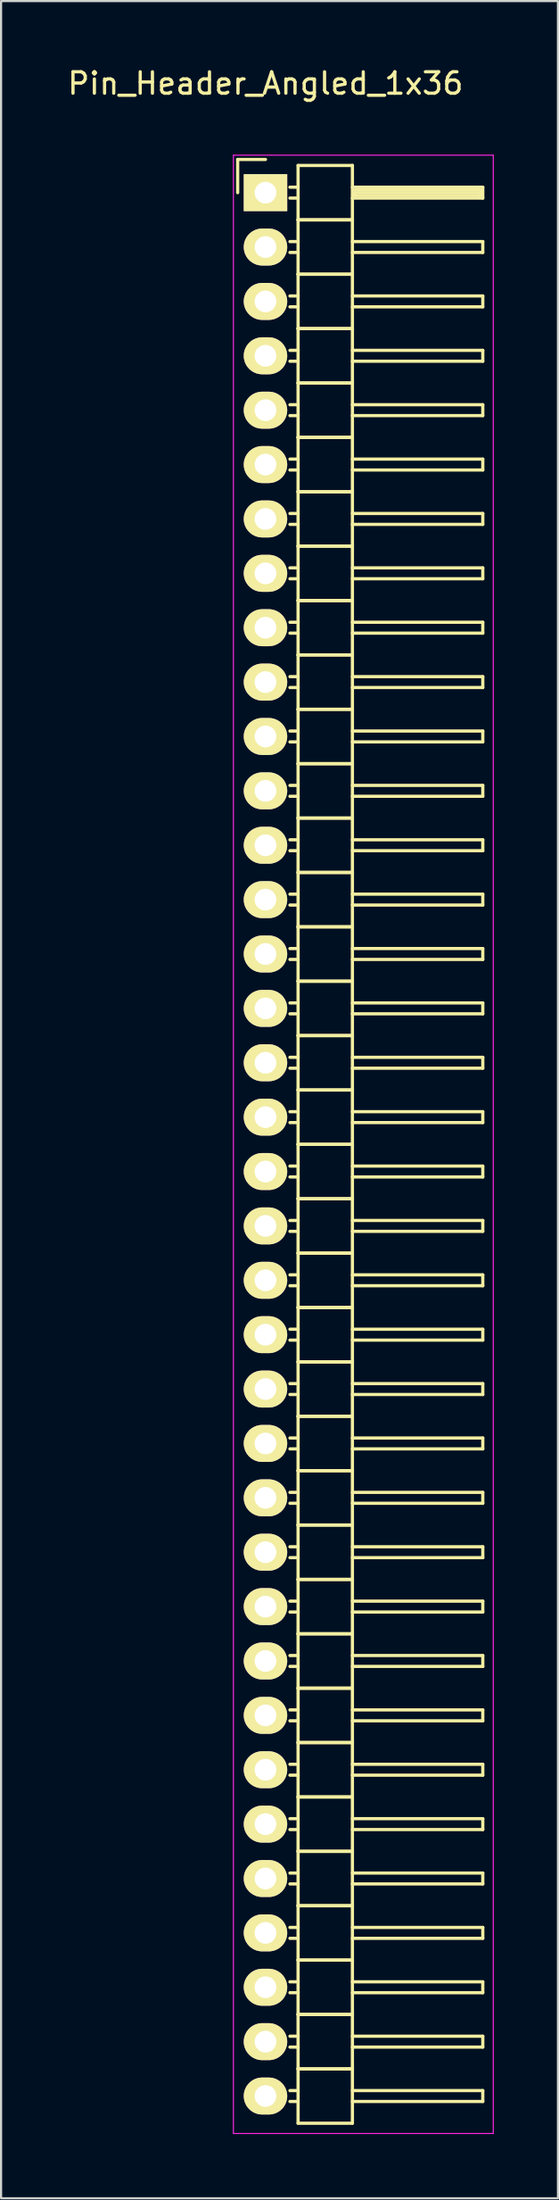
<source format=kicad_pcb>
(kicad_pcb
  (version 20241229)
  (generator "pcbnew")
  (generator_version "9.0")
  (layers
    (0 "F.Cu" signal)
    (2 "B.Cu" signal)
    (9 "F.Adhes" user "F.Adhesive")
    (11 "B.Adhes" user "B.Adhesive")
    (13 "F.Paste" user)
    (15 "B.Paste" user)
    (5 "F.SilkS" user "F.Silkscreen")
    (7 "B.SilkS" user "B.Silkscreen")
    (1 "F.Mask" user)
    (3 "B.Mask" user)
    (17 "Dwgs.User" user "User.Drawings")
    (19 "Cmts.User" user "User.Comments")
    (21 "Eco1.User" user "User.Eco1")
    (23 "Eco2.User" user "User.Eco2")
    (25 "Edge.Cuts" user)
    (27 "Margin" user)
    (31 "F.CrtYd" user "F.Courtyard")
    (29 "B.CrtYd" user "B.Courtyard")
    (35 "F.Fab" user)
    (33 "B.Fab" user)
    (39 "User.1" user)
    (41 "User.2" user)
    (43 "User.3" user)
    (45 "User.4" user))
  (footprint "Pin_Header_Angled_1x36"
    (layer "F.Cu")
    (at 9.363 5.948)
    (property "Reference" "Pin_Header_Angled_1x36" (at 0 -5.1 0) (layer "F.SilkS") (effects (font (size 1 1) (thickness 0.15))))
    (attr through_hole)
    (fp_line (start -1.3 -1.55) (end -1.3 0) (stroke (width 0.15) (type solid)) (layer "F.SilkS"))
    (fp_line (start 0 -1.55) (end -1.3 -1.55) (stroke (width 0.15) (type solid)) (layer "F.SilkS"))
    (fp_line (start 1.524 -1.27) (end 1.524 1.27) (stroke (width 0.15) (type solid)) (layer "F.SilkS"))
    (fp_line (start 1.524 -1.27) (end 4.064 -1.27) (stroke (width 0.15) (type solid)) (layer "F.SilkS"))
    (fp_line (start 1.524 -0.254) (end 1.143 -0.254) (stroke (width 0.15) (type solid)) (layer "F.SilkS"))
    (fp_line (start 1.524 0.254) (end 1.143 0.254) (stroke (width 0.15) (type solid)) (layer "F.SilkS"))
    (fp_line (start 1.524 1.27) (end 1.524 3.81) (stroke (width 0.15) (type solid)) (layer "F.SilkS"))
    (fp_line (start 1.524 1.27) (end 4.064 1.27) (stroke (width 0.15) (type solid)) (layer "F.SilkS"))
    (fp_line (start 1.524 1.27) (end 4.064 1.27) (stroke (width 0.15) (type solid)) (layer "F.SilkS"))
    (fp_line (start 1.524 2.286) (end 1.143 2.286) (stroke (width 0.15) (type solid)) (layer "F.SilkS"))
    (fp_line (start 1.524 2.794) (end 1.143 2.794) (stroke (width 0.15) (type solid)) (layer "F.SilkS"))
    (fp_line (start 1.524 3.81) (end 1.524 6.35) (stroke (width 0.15) (type solid)) (layer "F.SilkS"))
    (fp_line (start 1.524 3.81) (end 4.064 3.81) (stroke (width 0.15) (type solid)) (layer "F.SilkS"))
    (fp_line (start 1.524 3.81) (end 4.064 3.81) (stroke (width 0.15) (type solid)) (layer "F.SilkS"))
    (fp_line (start 1.524 4.826) (end 1.143 4.826) (stroke (width 0.15) (type solid)) (layer "F.SilkS"))
    (fp_line (start 1.524 5.334) (end 1.143 5.334) (stroke (width 0.15) (type solid)) (layer "F.SilkS"))
    (fp_line (start 1.524 6.35) (end 1.524 8.89) (stroke (width 0.15) (type solid)) (layer "F.SilkS"))
    (fp_line (start 1.524 6.35) (end 4.064 6.35) (stroke (width 0.15) (type solid)) (layer "F.SilkS"))
    (fp_line (start 1.524 6.35) (end 4.064 6.35) (stroke (width 0.15) (type solid)) (layer "F.SilkS"))
    (fp_line (start 1.524 7.366) (end 1.143 7.366) (stroke (width 0.15) (type solid)) (layer "F.SilkS"))
    (fp_line (start 1.524 7.874) (end 1.143 7.874) (stroke (width 0.15) (type solid)) (layer "F.SilkS"))
    (fp_line (start 1.524 8.89) (end 1.524 11.43) (stroke (width 0.15) (type solid)) (layer "F.SilkS"))
    (fp_line (start 1.524 8.89) (end 4.064 8.89) (stroke (width 0.15) (type solid)) (layer "F.SilkS"))
    (fp_line (start 1.524 8.89) (end 4.064 8.89) (stroke (width 0.15) (type solid)) (layer "F.SilkS"))
    (fp_line (start 1.524 9.906) (end 1.143 9.906) (stroke (width 0.15) (type solid)) (layer "F.SilkS"))
    (fp_line (start 1.524 10.414) (end 1.143 10.414) (stroke (width 0.15) (type solid)) (layer "F.SilkS"))
    (fp_line (start 1.524 11.43) (end 1.524 13.97) (stroke (width 0.15) (type solid)) (layer "F.SilkS"))
    (fp_line (start 1.524 11.43) (end 4.064 11.43) (stroke (width 0.15) (type solid)) (layer "F.SilkS"))
    (fp_line (start 1.524 11.43) (end 4.064 11.43) (stroke (width 0.15) (type solid)) (layer "F.SilkS"))
    (fp_line (start 1.524 12.446) (end 1.143 12.446) (stroke (width 0.15) (type solid)) (layer "F.SilkS"))
    (fp_line (start 1.524 12.954) (end 1.143 12.954) (stroke (width 0.15) (type solid)) (layer "F.SilkS"))
    (fp_line (start 1.524 13.97) (end 1.524 16.51) (stroke (width 0.15) (type solid)) (layer "F.SilkS"))
    (fp_line (start 1.524 13.97) (end 4.064 13.97) (stroke (width 0.15) (type solid)) (layer "F.SilkS"))
    (fp_line (start 1.524 13.97) (end 4.064 13.97) (stroke (width 0.15) (type solid)) (layer "F.SilkS"))
    (fp_line (start 1.524 14.986) (end 1.143 14.986) (stroke (width 0.15) (type solid)) (layer "F.SilkS"))
    (fp_line (start 1.524 15.494) (end 1.143 15.494) (stroke (width 0.15) (type solid)) (layer "F.SilkS"))
    (fp_line (start 1.524 16.51) (end 1.524 19.05) (stroke (width 0.15) (type solid)) (layer "F.SilkS"))
    (fp_line (start 1.524 16.51) (end 4.064 16.51) (stroke (width 0.15) (type solid)) (layer "F.SilkS"))
    (fp_line (start 1.524 16.51) (end 4.064 16.51) (stroke (width 0.15) (type solid)) (layer "F.SilkS"))
    (fp_line (start 1.524 17.526) (end 1.143 17.526) (stroke (width 0.15) (type solid)) (layer "F.SilkS"))
    (fp_line (start 1.524 18.034) (end 1.143 18.034) (stroke (width 0.15) (type solid)) (layer "F.SilkS"))
    (fp_line (start 1.524 19.05) (end 1.524 21.59) (stroke (width 0.15) (type solid)) (layer "F.SilkS"))
    (fp_line (start 1.524 19.05) (end 4.064 19.05) (stroke (width 0.15) (type solid)) (layer "F.SilkS"))
    (fp_line (start 1.524 19.05) (end 4.064 19.05) (stroke (width 0.15) (type solid)) (layer "F.SilkS"))
    (fp_line (start 1.524 20.066) (end 1.143 20.066) (stroke (width 0.15) (type solid)) (layer "F.SilkS"))
    (fp_line (start 1.524 20.574) (end 1.143 20.574) (stroke (width 0.15) (type solid)) (layer "F.SilkS"))
    (fp_line (start 1.524 21.59) (end 1.524 24.13) (stroke (width 0.15) (type solid)) (layer "F.SilkS"))
    (fp_line (start 1.524 21.59) (end 4.064 21.59) (stroke (width 0.15) (type solid)) (layer "F.SilkS"))
    (fp_line (start 1.524 21.59) (end 4.064 21.59) (stroke (width 0.15) (type solid)) (layer "F.SilkS"))
    (fp_line (start 1.524 22.606) (end 1.143 22.606) (stroke (width 0.15) (type solid)) (layer "F.SilkS"))
    (fp_line (start 1.524 23.114) (end 1.143 23.114) (stroke (width 0.15) (type solid)) (layer "F.SilkS"))
    (fp_line (start 1.524 24.13) (end 1.524 26.67) (stroke (width 0.15) (type solid)) (layer "F.SilkS"))
    (fp_line (start 1.524 24.13) (end 4.064 24.13) (stroke (width 0.15) (type solid)) (layer "F.SilkS"))
    (fp_line (start 1.524 24.13) (end 4.064 24.13) (stroke (width 0.15) (type solid)) (layer "F.SilkS"))
    (fp_line (start 1.524 25.146) (end 1.143 25.146) (stroke (width 0.15) (type solid)) (layer "F.SilkS"))
    (fp_line (start 1.524 25.654) (end 1.143 25.654) (stroke (width 0.15) (type solid)) (layer "F.SilkS"))
    (fp_line (start 1.524 26.67) (end 1.524 29.21) (stroke (width 0.15) (type solid)) (layer "F.SilkS"))
    (fp_line (start 1.524 26.67) (end 4.064 26.67) (stroke (width 0.15) (type solid)) (layer "F.SilkS"))
    (fp_line (start 1.524 26.67) (end 4.064 26.67) (stroke (width 0.15) (type solid)) (layer "F.SilkS"))
    (fp_line (start 1.524 27.686) (end 1.143 27.686) (stroke (width 0.15) (type solid)) (layer "F.SilkS"))
    (fp_line (start 1.524 28.194) (end 1.143 28.194) (stroke (width 0.15) (type solid)) (layer "F.SilkS"))
    (fp_line (start 1.524 29.21) (end 1.524 31.75) (stroke (width 0.15) (type solid)) (layer "F.SilkS"))
    (fp_line (start 1.524 29.21) (end 4.064 29.21) (stroke (width 0.15) (type solid)) (layer "F.SilkS"))
    (fp_line (start 1.524 29.21) (end 4.064 29.21) (stroke (width 0.15) (type solid)) (layer "F.SilkS"))
    (fp_line (start 1.524 30.226) (end 1.143 30.226) (stroke (width 0.15) (type solid)) (layer "F.SilkS"))
    (fp_line (start 1.524 30.734) (end 1.143 30.734) (stroke (width 0.15) (type solid)) (layer "F.SilkS"))
    (fp_line (start 1.524 31.75) (end 1.524 34.29) (stroke (width 0.15) (type solid)) (layer "F.SilkS"))
    (fp_line (start 1.524 31.75) (end 4.064 31.75) (stroke (width 0.15) (type solid)) (layer "F.SilkS"))
    (fp_line (start 1.524 31.75) (end 4.064 31.75) (stroke (width 0.15) (type solid)) (layer "F.SilkS"))
    (fp_line (start 1.524 32.766) (end 1.143 32.766) (stroke (width 0.15) (type solid)) (layer "F.SilkS"))
    (fp_line (start 1.524 33.274) (end 1.143 33.274) (stroke (width 0.15) (type solid)) (layer "F.SilkS"))
    (fp_line (start 1.524 34.29) (end 1.524 36.83) (stroke (width 0.15) (type solid)) (layer "F.SilkS"))
    (fp_line (start 1.524 34.29) (end 4.064 34.29) (stroke (width 0.15) (type solid)) (layer "F.SilkS"))
    (fp_line (start 1.524 34.29) (end 4.064 34.29) (stroke (width 0.15) (type solid)) (layer "F.SilkS"))
    (fp_line (start 1.524 35.306) (end 1.143 35.306) (stroke (width 0.15) (type solid)) (layer "F.SilkS"))
    (fp_line (start 1.524 35.814) (end 1.143 35.814) (stroke (width 0.15) (type solid)) (layer "F.SilkS"))
    (fp_line (start 1.524 36.83) (end 1.524 39.37) (stroke (width 0.15) (type solid)) (layer "F.SilkS"))
    (fp_line (start 1.524 36.83) (end 4.064 36.83) (stroke (width 0.15) (type solid)) (layer "F.SilkS"))
    (fp_line (start 1.524 36.83) (end 4.064 36.83) (stroke (width 0.15) (type solid)) (layer "F.SilkS"))
    (fp_line (start 1.524 37.846) (end 1.143 37.846) (stroke (width 0.15) (type solid)) (layer "F.SilkS"))
    (fp_line (start 1.524 38.354) (end 1.143 38.354) (stroke (width 0.15) (type solid)) (layer "F.SilkS"))
    (fp_line (start 1.524 39.37) (end 1.524 41.91) (stroke (width 0.15) (type solid)) (layer "F.SilkS"))
    (fp_line (start 1.524 39.37) (end 4.064 39.37) (stroke (width 0.15) (type solid)) (layer "F.SilkS"))
    (fp_line (start 1.524 39.37) (end 4.064 39.37) (stroke (width 0.15) (type solid)) (layer "F.SilkS"))
    (fp_line (start 1.524 40.386) (end 1.143 40.386) (stroke (width 0.15) (type solid)) (layer "F.SilkS"))
    (fp_line (start 1.524 40.894) (end 1.143 40.894) (stroke (width 0.15) (type solid)) (layer "F.SilkS"))
    (fp_line (start 1.524 41.91) (end 1.524 44.45) (stroke (width 0.15) (type solid)) (layer "F.SilkS"))
    (fp_line (start 1.524 41.91) (end 4.064 41.91) (stroke (width 0.15) (type solid)) (layer "F.SilkS"))
    (fp_line (start 1.524 41.91) (end 4.064 41.91) (stroke (width 0.15) (type solid)) (layer "F.SilkS"))
    (fp_line (start 1.524 42.926) (end 1.143 42.926) (stroke (width 0.15) (type solid)) (layer "F.SilkS"))
    (fp_line (start 1.524 43.434) (end 1.143 43.434) (stroke (width 0.15) (type solid)) (layer "F.SilkS"))
    (fp_line (start 1.524 44.45) (end 1.524 46.99) (stroke (width 0.15) (type solid)) (layer "F.SilkS"))
    (fp_line (start 1.524 44.45) (end 4.064 44.45) (stroke (width 0.15) (type solid)) (layer "F.SilkS"))
    (fp_line (start 1.524 44.45) (end 4.064 44.45) (stroke (width 0.15) (type solid)) (layer "F.SilkS"))
    (fp_line (start 1.524 45.466) (end 1.143 45.466) (stroke (width 0.15) (type solid)) (layer "F.SilkS"))
    (fp_line (start 1.524 45.974) (end 1.143 45.974) (stroke (width 0.15) (type solid)) (layer "F.SilkS"))
    (fp_line (start 1.524 46.99) (end 1.524 49.53) (stroke (width 0.15) (type solid)) (layer "F.SilkS"))
    (fp_line (start 1.524 46.99) (end 4.064 46.99) (stroke (width 0.15) (type solid)) (layer "F.SilkS"))
    (fp_line (start 1.524 46.99) (end 4.064 46.99) (stroke (width 0.15) (type solid)) (layer "F.SilkS"))
    (fp_line (start 1.524 48.006) (end 1.143 48.006) (stroke (width 0.15) (type solid)) (layer "F.SilkS"))
    (fp_line (start 1.524 48.514) (end 1.143 48.514) (stroke (width 0.15) (type solid)) (layer "F.SilkS"))
    (fp_line (start 1.524 49.53) (end 1.524 52.07) (stroke (width 0.15) (type solid)) (layer "F.SilkS"))
    (fp_line (start 1.524 49.53) (end 4.064 49.53) (stroke (width 0.15) (type solid)) (layer "F.SilkS"))
    (fp_line (start 1.524 49.53) (end 4.064 49.53) (stroke (width 0.15) (type solid)) (layer "F.SilkS"))
    (fp_line (start 1.524 50.546) (end 1.143 50.546) (stroke (width 0.15) (type solid)) (layer "F.SilkS"))
    (fp_line (start 1.524 51.054) (end 1.143 51.054) (stroke (width 0.15) (type solid)) (layer "F.SilkS"))
    (fp_line (start 1.524 52.07) (end 1.524 54.61) (stroke (width 0.15) (type solid)) (layer "F.SilkS"))
    (fp_line (start 1.524 52.07) (end 4.064 52.07) (stroke (width 0.15) (type solid)) (layer "F.SilkS"))
    (fp_line (start 1.524 52.07) (end 4.064 52.07) (stroke (width 0.15) (type solid)) (layer "F.SilkS"))
    (fp_line (start 1.524 53.086) (end 1.143 53.086) (stroke (width 0.15) (type solid)) (layer "F.SilkS"))
    (fp_line (start 1.524 53.594) (end 1.143 53.594) (stroke (width 0.15) (type solid)) (layer "F.SilkS"))
    (fp_line (start 1.524 54.61) (end 1.524 57.15) (stroke (width 0.15) (type solid)) (layer "F.SilkS"))
    (fp_line (start 1.524 54.61) (end 4.064 54.61) (stroke (width 0.15) (type solid)) (layer "F.SilkS"))
    (fp_line (start 1.524 54.61) (end 4.064 54.61) (stroke (width 0.15) (type solid)) (layer "F.SilkS"))
    (fp_line (start 1.524 55.626) (end 1.143 55.626) (stroke (width 0.15) (type solid)) (layer "F.SilkS"))
    (fp_line (start 1.524 56.134) (end 1.143 56.134) (stroke (width 0.15) (type solid)) (layer "F.SilkS"))
    (fp_line (start 1.524 57.15) (end 1.524 59.69) (stroke (width 0.15) (type solid)) (layer "F.SilkS"))
    (fp_line (start 1.524 57.15) (end 4.064 57.15) (stroke (width 0.15) (type solid)) (layer "F.SilkS"))
    (fp_line (start 1.524 57.15) (end 4.064 57.15) (stroke (width 0.15) (type solid)) (layer "F.SilkS"))
    (fp_line (start 1.524 58.166) (end 1.143 58.166) (stroke (width 0.15) (type solid)) (layer "F.SilkS"))
    (fp_line (start 1.524 58.674) (end 1.143 58.674) (stroke (width 0.15) (type solid)) (layer "F.SilkS"))
    (fp_line (start 1.524 59.69) (end 1.524 62.23) (stroke (width 0.15) (type solid)) (layer "F.SilkS"))
    (fp_line (start 1.524 59.69) (end 4.064 59.69) (stroke (width 0.15) (type solid)) (layer "F.SilkS"))
    (fp_line (start 1.524 59.69) (end 4.064 59.69) (stroke (width 0.15) (type solid)) (layer "F.SilkS"))
    (fp_line (start 1.524 60.706) (end 1.143 60.706) (stroke (width 0.15) (type solid)) (layer "F.SilkS"))
    (fp_line (start 1.524 61.214) (end 1.143 61.214) (stroke (width 0.15) (type solid)) (layer "F.SilkS"))
    (fp_line (start 1.524 62.23) (end 1.524 64.77) (stroke (width 0.15) (type solid)) (layer "F.SilkS"))
    (fp_line (start 1.524 62.23) (end 4.064 62.23) (stroke (width 0.15) (type solid)) (layer "F.SilkS"))
    (fp_line (start 1.524 62.23) (end 4.064 62.23) (stroke (width 0.15) (type solid)) (layer "F.SilkS"))
    (fp_line (start 1.524 63.246) (end 1.143 63.246) (stroke (width 0.15) (type solid)) (layer "F.SilkS"))
    (fp_line (start 1.524 63.754) (end 1.143 63.754) (stroke (width 0.15) (type solid)) (layer "F.SilkS"))
    (fp_line (start 1.524 64.77) (end 1.524 67.31) (stroke (width 0.15) (type solid)) (layer "F.SilkS"))
    (fp_line (start 1.524 64.77) (end 4.064 64.77) (stroke (width 0.15) (type solid)) (layer "F.SilkS"))
    (fp_line (start 1.524 64.77) (end 4.064 64.77) (stroke (width 0.15) (type solid)) (layer "F.SilkS"))
    (fp_line (start 1.524 65.786) (end 1.143 65.786) (stroke (width 0.15) (type solid)) (layer "F.SilkS"))
    (fp_line (start 1.524 66.294) (end 1.143 66.294) (stroke (width 0.15) (type solid)) (layer "F.SilkS"))
    (fp_line (start 1.524 67.31) (end 1.524 69.85) (stroke (width 0.15) (type solid)) (layer "F.SilkS"))
    (fp_line (start 1.524 67.31) (end 4.064 67.31) (stroke (width 0.15) (type solid)) (layer "F.SilkS"))
    (fp_line (start 1.524 67.31) (end 4.064 67.31) (stroke (width 0.15) (type solid)) (layer "F.SilkS"))
    (fp_line (start 1.524 68.326) (end 1.143 68.326) (stroke (width 0.15) (type solid)) (layer "F.SilkS"))
    (fp_line (start 1.524 68.834) (end 1.143 68.834) (stroke (width 0.15) (type solid)) (layer "F.SilkS"))
    (fp_line (start 1.524 69.85) (end 1.524 72.39) (stroke (width 0.15) (type solid)) (layer "F.SilkS"))
    (fp_line (start 1.524 69.85) (end 4.064 69.85) (stroke (width 0.15) (type solid)) (layer "F.SilkS"))
    (fp_line (start 1.524 69.85) (end 4.064 69.85) (stroke (width 0.15) (type solid)) (layer "F.SilkS"))
    (fp_line (start 1.524 70.866) (end 1.143 70.866) (stroke (width 0.15) (type solid)) (layer "F.SilkS"))
    (fp_line (start 1.524 71.374) (end 1.143 71.374) (stroke (width 0.15) (type solid)) (layer "F.SilkS"))
    (fp_line (start 1.524 72.39) (end 1.524 74.93) (stroke (width 0.15) (type solid)) (layer "F.SilkS"))
    (fp_line (start 1.524 72.39) (end 4.064 72.39) (stroke (width 0.15) (type solid)) (layer "F.SilkS"))
    (fp_line (start 1.524 72.39) (end 4.064 72.39) (stroke (width 0.15) (type solid)) (layer "F.SilkS"))
    (fp_line (start 1.524 73.406) (end 1.143 73.406) (stroke (width 0.15) (type solid)) (layer "F.SilkS"))
    (fp_line (start 1.524 73.914) (end 1.143 73.914) (stroke (width 0.15) (type solid)) (layer "F.SilkS"))
    (fp_line (start 1.524 74.93) (end 1.524 77.47) (stroke (width 0.15) (type solid)) (layer "F.SilkS"))
    (fp_line (start 1.524 74.93) (end 4.064 74.93) (stroke (width 0.15) (type solid)) (layer "F.SilkS"))
    (fp_line (start 1.524 74.93) (end 4.064 74.93) (stroke (width 0.15) (type solid)) (layer "F.SilkS"))
    (fp_line (start 1.524 75.946) (end 1.143 75.946) (stroke (width 0.15) (type solid)) (layer "F.SilkS"))
    (fp_line (start 1.524 76.454) (end 1.143 76.454) (stroke (width 0.15) (type solid)) (layer "F.SilkS"))
    (fp_line (start 1.524 77.47) (end 1.524 80.01) (stroke (width 0.15) (type solid)) (layer "F.SilkS"))
    (fp_line (start 1.524 77.47) (end 4.064 77.47) (stroke (width 0.15) (type solid)) (layer "F.SilkS"))
    (fp_line (start 1.524 77.47) (end 4.064 77.47) (stroke (width 0.15) (type solid)) (layer "F.SilkS"))
    (fp_line (start 1.524 78.486) (end 1.143 78.486) (stroke (width 0.15) (type solid)) (layer "F.SilkS"))
    (fp_line (start 1.524 78.994) (end 1.143 78.994) (stroke (width 0.15) (type solid)) (layer "F.SilkS"))
    (fp_line (start 1.524 80.01) (end 1.524 82.55) (stroke (width 0.15) (type solid)) (layer "F.SilkS"))
    (fp_line (start 1.524 80.01) (end 4.064 80.01) (stroke (width 0.15) (type solid)) (layer "F.SilkS"))
    (fp_line (start 1.524 80.01) (end 4.064 80.01) (stroke (width 0.15) (type solid)) (layer "F.SilkS"))
    (fp_line (start 1.524 81.026) (end 1.143 81.026) (stroke (width 0.15) (type solid)) (layer "F.SilkS"))
    (fp_line (start 1.524 81.534) (end 1.143 81.534) (stroke (width 0.15) (type solid)) (layer "F.SilkS"))
    (fp_line (start 1.524 82.55) (end 1.524 85.09) (stroke (width 0.15) (type solid)) (layer "F.SilkS"))
    (fp_line (start 1.524 82.55) (end 4.064 82.55) (stroke (width 0.15) (type solid)) (layer "F.SilkS"))
    (fp_line (start 1.524 82.55) (end 4.064 82.55) (stroke (width 0.15) (type solid)) (layer "F.SilkS"))
    (fp_line (start 1.524 83.566) (end 1.143 83.566) (stroke (width 0.15) (type solid)) (layer "F.SilkS"))
    (fp_line (start 1.524 84.074) (end 1.143 84.074) (stroke (width 0.15) (type solid)) (layer "F.SilkS"))
    (fp_line (start 1.524 85.09) (end 1.524 87.63) (stroke (width 0.15) (type solid)) (layer "F.SilkS"))
    (fp_line (start 1.524 85.09) (end 4.064 85.09) (stroke (width 0.15) (type solid)) (layer "F.SilkS"))
    (fp_line (start 1.524 85.09) (end 4.064 85.09) (stroke (width 0.15) (type solid)) (layer "F.SilkS"))
    (fp_line (start 1.524 86.106) (end 1.143 86.106) (stroke (width 0.15) (type solid)) (layer "F.SilkS"))
    (fp_line (start 1.524 86.614) (end 1.143 86.614) (stroke (width 0.15) (type solid)) (layer "F.SilkS"))
    (fp_line (start 1.524 87.63) (end 1.524 90.17) (stroke (width 0.15) (type solid)) (layer "F.SilkS"))
    (fp_line (start 1.524 87.63) (end 4.064 87.63) (stroke (width 0.15) (type solid)) (layer "F.SilkS"))
    (fp_line (start 1.524 87.63) (end 4.064 87.63) (stroke (width 0.15) (type solid)) (layer "F.SilkS"))
    (fp_line (start 1.524 88.646) (end 1.143 88.646) (stroke (width 0.15) (type solid)) (layer "F.SilkS"))
    (fp_line (start 1.524 89.154) (end 1.143 89.154) (stroke (width 0.15) (type solid)) (layer "F.SilkS"))
    (fp_line (start 1.524 90.17) (end 4.064 90.17) (stroke (width 0.15) (type solid)) (layer "F.SilkS"))
    (fp_line (start 4.064 -0.254) (end 10.16 -0.254) (stroke (width 0.15) (type solid)) (layer "F.SilkS"))
    (fp_line (start 4.064 1.27) (end 4.064 -1.27) (stroke (width 0.15) (type solid)) (layer "F.SilkS"))
    (fp_line (start 4.064 2.286) (end 10.16 2.286) (stroke (width 0.15) (type solid)) (layer "F.SilkS"))
    (fp_line (start 4.064 3.81) (end 4.064 1.27) (stroke (width 0.15) (type solid)) (layer "F.SilkS"))
    (fp_line (start 4.064 4.826) (end 10.16 4.826) (stroke (width 0.15) (type solid)) (layer "F.SilkS"))
    (fp_line (start 4.064 6.35) (end 4.064 3.81) (stroke (width 0.15) (type solid)) (layer "F.SilkS"))
    (fp_line (start 4.064 7.366) (end 10.16 7.366) (stroke (width 0.15) (type solid)) (layer "F.SilkS"))
    (fp_line (start 4.064 8.89) (end 4.064 6.35) (stroke (width 0.15) (type solid)) (layer "F.SilkS"))
    (fp_line (start 4.064 9.906) (end 10.16 9.906) (stroke (width 0.15) (type solid)) (layer "F.SilkS"))
    (fp_line (start 4.064 11.43) (end 4.064 8.89) (stroke (width 0.15) (type solid)) (layer "F.SilkS"))
    (fp_line (start 4.064 12.446) (end 10.16 12.446) (stroke (width 0.15) (type solid)) (layer "F.SilkS"))
    (fp_line (start 4.064 13.97) (end 4.064 11.43) (stroke (width 0.15) (type solid)) (layer "F.SilkS"))
    (fp_line (start 4.064 14.986) (end 10.16 14.986) (stroke (width 0.15) (type solid)) (layer "F.SilkS"))
    (fp_line (start 4.064 16.51) (end 4.064 13.97) (stroke (width 0.15) (type solid)) (layer "F.SilkS"))
    (fp_line (start 4.064 17.526) (end 10.16 17.526) (stroke (width 0.15) (type solid)) (layer "F.SilkS"))
    (fp_line (start 4.064 19.05) (end 4.064 16.51) (stroke (width 0.15) (type solid)) (layer "F.SilkS"))
    (fp_line (start 4.064 20.066) (end 10.16 20.066) (stroke (width 0.15) (type solid)) (layer "F.SilkS"))
    (fp_line (start 4.064 21.59) (end 4.064 19.05) (stroke (width 0.15) (type solid)) (layer "F.SilkS"))
    (fp_line (start 4.064 22.606) (end 10.16 22.606) (stroke (width 0.15) (type solid)) (layer "F.SilkS"))
    (fp_line (start 4.064 24.13) (end 4.064 21.59) (stroke (width 0.15) (type solid)) (layer "F.SilkS"))
    (fp_line (start 4.064 25.146) (end 10.16 25.146) (stroke (width 0.15) (type solid)) (layer "F.SilkS"))
    (fp_line (start 4.064 26.67) (end 4.064 24.13) (stroke (width 0.15) (type solid)) (layer "F.SilkS"))
    (fp_line (start 4.064 27.686) (end 10.16 27.686) (stroke (width 0.15) (type solid)) (layer "F.SilkS"))
    (fp_line (start 4.064 29.21) (end 4.064 26.67) (stroke (width 0.15) (type solid)) (layer "F.SilkS"))
    (fp_line (start 4.064 30.226) (end 10.16 30.226) (stroke (width 0.15) (type solid)) (layer "F.SilkS"))
    (fp_line (start 4.064 31.75) (end 4.064 29.21) (stroke (width 0.15) (type solid)) (layer "F.SilkS"))
    (fp_line (start 4.064 32.766) (end 10.16 32.766) (stroke (width 0.15) (type solid)) (layer "F.SilkS"))
    (fp_line (start 4.064 34.29) (end 4.064 31.75) (stroke (width 0.15) (type solid)) (layer "F.SilkS"))
    (fp_line (start 4.064 35.306) (end 10.16 35.306) (stroke (width 0.15) (type solid)) (layer "F.SilkS"))
    (fp_line (start 4.064 36.83) (end 4.064 34.29) (stroke (width 0.15) (type solid)) (layer "F.SilkS"))
    (fp_line (start 4.064 37.846) (end 10.16 37.846) (stroke (width 0.15) (type solid)) (layer "F.SilkS"))
    (fp_line (start 4.064 39.37) (end 4.064 36.83) (stroke (width 0.15) (type solid)) (layer "F.SilkS"))
    (fp_line (start 4.064 40.386) (end 10.16 40.386) (stroke (width 0.15) (type solid)) (layer "F.SilkS"))
    (fp_line (start 4.064 41.91) (end 4.064 39.37) (stroke (width 0.15) (type solid)) (layer "F.SilkS"))
    (fp_line (start 4.064 42.926) (end 10.16 42.926) (stroke (width 0.15) (type solid)) (layer "F.SilkS"))
    (fp_line (start 4.064 44.45) (end 4.064 41.91) (stroke (width 0.15) (type solid)) (layer "F.SilkS"))
    (fp_line (start 4.064 45.466) (end 10.16 45.466) (stroke (width 0.15) (type solid)) (layer "F.SilkS"))
    (fp_line (start 4.064 46.99) (end 4.064 44.45) (stroke (width 0.15) (type solid)) (layer "F.SilkS"))
    (fp_line (start 4.064 48.006) (end 10.16 48.006) (stroke (width 0.15) (type solid)) (layer "F.SilkS"))
    (fp_line (start 4.064 49.53) (end 4.064 46.99) (stroke (width 0.15) (type solid)) (layer "F.SilkS"))
    (fp_line (start 4.064 50.546) (end 10.16 50.546) (stroke (width 0.15) (type solid)) (layer "F.SilkS"))
    (fp_line (start 4.064 52.07) (end 4.064 49.53) (stroke (width 0.15) (type solid)) (layer "F.SilkS"))
    (fp_line (start 4.064 53.086) (end 10.16 53.086) (stroke (width 0.15) (type solid)) (layer "F.SilkS"))
    (fp_line (start 4.064 54.61) (end 4.064 52.07) (stroke (width 0.15) (type solid)) (layer "F.SilkS"))
    (fp_line (start 4.064 55.626) (end 10.16 55.626) (stroke (width 0.15) (type solid)) (layer "F.SilkS"))
    (fp_line (start 4.064 57.15) (end 4.064 54.61) (stroke (width 0.15) (type solid)) (layer "F.SilkS"))
    (fp_line (start 4.064 58.166) (end 10.16 58.166) (stroke (width 0.15) (type solid)) (layer "F.SilkS"))
    (fp_line (start 4.064 59.69) (end 4.064 57.15) (stroke (width 0.15) (type solid)) (layer "F.SilkS"))
    (fp_line (start 4.064 60.706) (end 10.16 60.706) (stroke (width 0.15) (type solid)) (layer "F.SilkS"))
    (fp_line (start 4.064 62.23) (end 4.064 59.69) (stroke (width 0.15) (type solid)) (layer "F.SilkS"))
    (fp_line (start 4.064 63.246) (end 10.16 63.246) (stroke (width 0.15) (type solid)) (layer "F.SilkS"))
    (fp_line (start 4.064 64.77) (end 4.064 62.23) (stroke (width 0.15) (type solid)) (layer "F.SilkS"))
    (fp_line (start 4.064 65.786) (end 10.16 65.786) (stroke (width 0.15) (type solid)) (layer "F.SilkS"))
    (fp_line (start 4.064 67.31) (end 4.064 64.77) (stroke (width 0.15) (type solid)) (layer "F.SilkS"))
    (fp_line (start 4.064 68.326) (end 10.16 68.326) (stroke (width 0.15) (type solid)) (layer "F.SilkS"))
    (fp_line (start 4.064 69.85) (end 4.064 67.31) (stroke (width 0.15) (type solid)) (layer "F.SilkS"))
    (fp_line (start 4.064 70.866) (end 10.16 70.866) (stroke (width 0.15) (type solid)) (layer "F.SilkS"))
    (fp_line (start 4.064 72.39) (end 4.064 69.85) (stroke (width 0.15) (type solid)) (layer "F.SilkS"))
    (fp_line (start 4.064 73.406) (end 10.16 73.406) (stroke (width 0.15) (type solid)) (layer "F.SilkS"))
    (fp_line (start 4.064 74.93) (end 4.064 72.39) (stroke (width 0.15) (type solid)) (layer "F.SilkS"))
    (fp_line (start 4.064 75.946) (end 10.16 75.946) (stroke (width 0.15) (type solid)) (layer "F.SilkS"))
    (fp_line (start 4.064 77.47) (end 4.064 74.93) (stroke (width 0.15) (type solid)) (layer "F.SilkS"))
    (fp_line (start 4.064 78.486) (end 10.16 78.486) (stroke (width 0.15) (type solid)) (layer "F.SilkS"))
    (fp_line (start 4.064 80.01) (end 4.064 77.47) (stroke (width 0.15) (type solid)) (layer "F.SilkS"))
    (fp_line (start 4.064 81.026) (end 10.16 81.026) (stroke (width 0.15) (type solid)) (layer "F.SilkS"))
    (fp_line (start 4.064 82.55) (end 4.064 80.01) (stroke (width 0.15) (type solid)) (layer "F.SilkS"))
    (fp_line (start 4.064 83.566) (end 10.16 83.566) (stroke (width 0.15) (type solid)) (layer "F.SilkS"))
    (fp_line (start 4.064 85.09) (end 4.064 82.55) (stroke (width 0.15) (type solid)) (layer "F.SilkS"))
    (fp_line (start 4.064 86.106) (end 10.16 86.106) (stroke (width 0.15) (type solid)) (layer "F.SilkS"))
    (fp_line (start 4.064 87.63) (end 4.064 85.09) (stroke (width 0.15) (type solid)) (layer "F.SilkS"))
    (fp_line (start 4.064 88.646) (end 10.16 88.646) (stroke (width 0.15) (type solid)) (layer "F.SilkS"))
    (fp_line (start 4.064 90.17) (end 4.064 87.63) (stroke (width 0.15) (type solid)) (layer "F.SilkS"))
    (fp_line (start 4.191 -0.127) (end 10.033 -0.127) (stroke (width 0.15) (type solid)) (layer "F.SilkS"))
    (fp_line (start 4.191 0) (end 10.033 0) (stroke (width 0.15) (type solid)) (layer "F.SilkS"))
    (fp_line (start 4.191 0.127) (end 4.191 0) (stroke (width 0.15) (type solid)) (layer "F.SilkS"))
    (fp_line (start 10.033 -0.127) (end 10.033 0.127) (stroke (width 0.15) (type solid)) (layer "F.SilkS"))
    (fp_line (start 10.033 0.127) (end 4.191 0.127) (stroke (width 0.15) (type solid)) (layer "F.SilkS"))
    (fp_line (start 10.16 -0.254) (end 10.16 0.254) (stroke (width 0.15) (type solid)) (layer "F.SilkS"))
    (fp_line (start 10.16 0.254) (end 4.064 0.254) (stroke (width 0.15) (type solid)) (layer "F.SilkS"))
    (fp_line (start 10.16 2.286) (end 10.16 2.794) (stroke (width 0.15) (type solid)) (layer "F.SilkS"))
    (fp_line (start 10.16 2.794) (end 4.064 2.794) (stroke (width 0.15) (type solid)) (layer "F.SilkS"))
    (fp_line (start 10.16 4.826) (end 10.16 5.334) (stroke (width 0.15) (type solid)) (layer "F.SilkS"))
    (fp_line (start 10.16 5.334) (end 4.064 5.334) (stroke (width 0.15) (type solid)) (layer "F.SilkS"))
    (fp_line (start 10.16 7.366) (end 10.16 7.874) (stroke (width 0.15) (type solid)) (layer "F.SilkS"))
    (fp_line (start 10.16 7.874) (end 4.064 7.874) (stroke (width 0.15) (type solid)) (layer "F.SilkS"))
    (fp_line (start 10.16 9.906) (end 10.16 10.414) (stroke (width 0.15) (type solid)) (layer "F.SilkS"))
    (fp_line (start 10.16 10.414) (end 4.064 10.414) (stroke (width 0.15) (type solid)) (layer "F.SilkS"))
    (fp_line (start 10.16 12.446) (end 10.16 12.954) (stroke (width 0.15) (type solid)) (layer "F.SilkS"))
    (fp_line (start 10.16 12.954) (end 4.064 12.954) (stroke (width 0.15) (type solid)) (layer "F.SilkS"))
    (fp_line (start 10.16 14.986) (end 10.16 15.494) (stroke (width 0.15) (type solid)) (layer "F.SilkS"))
    (fp_line (start 10.16 15.494) (end 4.064 15.494) (stroke (width 0.15) (type solid)) (layer "F.SilkS"))
    (fp_line (start 10.16 17.526) (end 10.16 18.034) (stroke (width 0.15) (type solid)) (layer "F.SilkS"))
    (fp_line (start 10.16 18.034) (end 4.064 18.034) (stroke (width 0.15) (type solid)) (layer "F.SilkS"))
    (fp_line (start 10.16 20.066) (end 10.16 20.574) (stroke (width 0.15) (type solid)) (layer "F.SilkS"))
    (fp_line (start 10.16 20.574) (end 4.064 20.574) (stroke (width 0.15) (type solid)) (layer "F.SilkS"))
    (fp_line (start 10.16 22.606) (end 10.16 23.114) (stroke (width 0.15) (type solid)) (layer "F.SilkS"))
    (fp_line (start 10.16 23.114) (end 4.064 23.114) (stroke (width 0.15) (type solid)) (layer "F.SilkS"))
    (fp_line (start 10.16 25.146) (end 10.16 25.654) (stroke (width 0.15) (type solid)) (layer "F.SilkS"))
    (fp_line (start 10.16 25.654) (end 4.064 25.654) (stroke (width 0.15) (type solid)) (layer "F.SilkS"))
    (fp_line (start 10.16 27.686) (end 10.16 28.194) (stroke (width 0.15) (type solid)) (layer "F.SilkS"))
    (fp_line (start 10.16 28.194) (end 4.064 28.194) (stroke (width 0.15) (type solid)) (layer "F.SilkS"))
    (fp_line (start 10.16 30.226) (end 10.16 30.734) (stroke (width 0.15) (type solid)) (layer "F.SilkS"))
    (fp_line (start 10.16 30.734) (end 4.064 30.734) (stroke (width 0.15) (type solid)) (layer "F.SilkS"))
    (fp_line (start 10.16 32.766) (end 10.16 33.274) (stroke (width 0.15) (type solid)) (layer "F.SilkS"))
    (fp_line (start 10.16 33.274) (end 4.064 33.274) (stroke (width 0.15) (type solid)) (layer "F.SilkS"))
    (fp_line (start 10.16 35.306) (end 10.16 35.814) (stroke (width 0.15) (type solid)) (layer "F.SilkS"))
    (fp_line (start 10.16 35.814) (end 4.064 35.814) (stroke (width 0.15) (type solid)) (layer "F.SilkS"))
    (fp_line (start 10.16 37.846) (end 10.16 38.354) (stroke (width 0.15) (type solid)) (layer "F.SilkS"))
    (fp_line (start 10.16 38.354) (end 4.064 38.354) (stroke (width 0.15) (type solid)) (layer "F.SilkS"))
    (fp_line (start 10.16 40.386) (end 10.16 40.894) (stroke (width 0.15) (type solid)) (layer "F.SilkS"))
    (fp_line (start 10.16 40.894) (end 4.064 40.894) (stroke (width 0.15) (type solid)) (layer "F.SilkS"))
    (fp_line (start 10.16 42.926) (end 10.16 43.434) (stroke (width 0.15) (type solid)) (layer "F.SilkS"))
    (fp_line (start 10.16 43.434) (end 4.064 43.434) (stroke (width 0.15) (type solid)) (layer "F.SilkS"))
    (fp_line (start 10.16 45.466) (end 10.16 45.974) (stroke (width 0.15) (type solid)) (layer "F.SilkS"))
    (fp_line (start 10.16 45.974) (end 4.064 45.974) (stroke (width 0.15) (type solid)) (layer "F.SilkS"))
    (fp_line (start 10.16 48.006) (end 10.16 48.514) (stroke (width 0.15) (type solid)) (layer "F.SilkS"))
    (fp_line (start 10.16 48.514) (end 4.064 48.514) (stroke (width 0.15) (type solid)) (layer "F.SilkS"))
    (fp_line (start 10.16 50.546) (end 10.16 51.054) (stroke (width 0.15) (type solid)) (layer "F.SilkS"))
    (fp_line (start 10.16 51.054) (end 4.064 51.054) (stroke (width 0.15) (type solid)) (layer "F.SilkS"))
    (fp_line (start 10.16 53.086) (end 10.16 53.594) (stroke (width 0.15) (type solid)) (layer "F.SilkS"))
    (fp_line (start 10.16 53.594) (end 4.064 53.594) (stroke (width 0.15) (type solid)) (layer "F.SilkS"))
    (fp_line (start 10.16 55.626) (end 10.16 56.134) (stroke (width 0.15) (type solid)) (layer "F.SilkS"))
    (fp_line (start 10.16 56.134) (end 4.064 56.134) (stroke (width 0.15) (type solid)) (layer "F.SilkS"))
    (fp_line (start 10.16 58.166) (end 10.16 58.674) (stroke (width 0.15) (type solid)) (layer "F.SilkS"))
    (fp_line (start 10.16 58.674) (end 4.064 58.674) (stroke (width 0.15) (type solid)) (layer "F.SilkS"))
    (fp_line (start 10.16 60.706) (end 10.16 61.214) (stroke (width 0.15) (type solid)) (layer "F.SilkS"))
    (fp_line (start 10.16 61.214) (end 4.064 61.214) (stroke (width 0.15) (type solid)) (layer "F.SilkS"))
    (fp_line (start 10.16 63.246) (end 10.16 63.754) (stroke (width 0.15) (type solid)) (layer "F.SilkS"))
    (fp_line (start 10.16 63.754) (end 4.064 63.754) (stroke (width 0.15) (type solid)) (layer "F.SilkS"))
    (fp_line (start 10.16 65.786) (end 10.16 66.294) (stroke (width 0.15) (type solid)) (layer "F.SilkS"))
    (fp_line (start 10.16 66.294) (end 4.064 66.294) (stroke (width 0.15) (type solid)) (layer "F.SilkS"))
    (fp_line (start 10.16 68.326) (end 10.16 68.834) (stroke (width 0.15) (type solid)) (layer "F.SilkS"))
    (fp_line (start 10.16 68.834) (end 4.064 68.834) (stroke (width 0.15) (type solid)) (layer "F.SilkS"))
    (fp_line (start 10.16 70.866) (end 10.16 71.374) (stroke (width 0.15) (type solid)) (layer "F.SilkS"))
    (fp_line (start 10.16 71.374) (end 4.064 71.374) (stroke (width 0.15) (type solid)) (layer "F.SilkS"))
    (fp_line (start 10.16 73.406) (end 10.16 73.914) (stroke (width 0.15) (type solid)) (layer "F.SilkS"))
    (fp_line (start 10.16 73.914) (end 4.064 73.914) (stroke (width 0.15) (type solid)) (layer "F.SilkS"))
    (fp_line (start 10.16 75.946) (end 10.16 76.454) (stroke (width 0.15) (type solid)) (layer "F.SilkS"))
    (fp_line (start 10.16 76.454) (end 4.064 76.454) (stroke (width 0.15) (type solid)) (layer "F.SilkS"))
    (fp_line (start 10.16 78.486) (end 10.16 78.994) (stroke (width 0.15) (type solid)) (layer "F.SilkS"))
    (fp_line (start 10.16 78.994) (end 4.064 78.994) (stroke (width 0.15) (type solid)) (layer "F.SilkS"))
    (fp_line (start 10.16 81.026) (end 10.16 81.534) (stroke (width 0.15) (type solid)) (layer "F.SilkS"))
    (fp_line (start 10.16 81.534) (end 4.064 81.534) (stroke (width 0.15) (type solid)) (layer "F.SilkS"))
    (fp_line (start 10.16 83.566) (end 10.16 84.074) (stroke (width 0.15) (type solid)) (layer "F.SilkS"))
    (fp_line (start 10.16 84.074) (end 4.064 84.074) (stroke (width 0.15) (type solid)) (layer "F.SilkS"))
    (fp_line (start 10.16 86.106) (end 10.16 86.614) (stroke (width 0.15) (type solid)) (layer "F.SilkS"))
    (fp_line (start 10.16 86.614) (end 4.064 86.614) (stroke (width 0.15) (type solid)) (layer "F.SilkS"))
    (fp_line (start 10.16 88.646) (end 10.16 89.154) (stroke (width 0.15) (type solid)) (layer "F.SilkS"))
    (fp_line (start 10.16 89.154) (end 4.064 89.154) (stroke (width 0.15) (type solid)) (layer "F.SilkS"))
    (fp_line (start -1.5 -1.75) (end -1.5 90.65) (stroke (width 0.05) (type solid)) (layer "F.CrtYd"))
    (fp_line (start -1.5 -1.75) (end 10.65 -1.75) (stroke (width 0.05) (type solid)) (layer "F.CrtYd"))
    (fp_line (start -1.5 90.65) (end 10.65 90.65) (stroke (width 0.05) (type solid)) (layer "F.CrtYd"))
    (fp_line (start 10.65 -1.75) (end 10.65 90.65) (stroke (width 0.05) (type solid)) (layer "F.CrtYd"))
    (pad "1" thru_hole rect (at 0 0) (size 2.032 1.727) (drill 1.016) (layers "*.Cu" "*.Mask" "F.SilkS"))
    (pad "2" thru_hole oval (at 0 2.54) (size 2.032 1.727) (drill 1.016) (layers "*.Cu" "*.Mask" "F.SilkS"))
    (pad "3" thru_hole oval (at 0 5.08) (size 2.032 1.727) (drill 1.016) (layers "*.Cu" "*.Mask" "F.SilkS"))
    (pad "4" thru_hole oval (at 0 7.62) (size 2.032 1.727) (drill 1.016) (layers "*.Cu" "*.Mask" "F.SilkS"))
    (pad "5" thru_hole oval (at 0 10.16) (size 2.032 1.727) (drill 1.016) (layers "*.Cu" "*.Mask" "F.SilkS"))
    (pad "6" thru_hole oval (at 0 12.7) (size 2.032 1.727) (drill 1.016) (layers "*.Cu" "*.Mask" "F.SilkS"))
    (pad "7" thru_hole oval (at 0 15.24) (size 2.032 1.727) (drill 1.016) (layers "*.Cu" "*.Mask" "F.SilkS"))
    (pad "8" thru_hole oval (at 0 17.78) (size 2.032 1.727) (drill 1.016) (layers "*.Cu" "*.Mask" "F.SilkS"))
    (pad "9" thru_hole oval (at 0 20.32) (size 2.032 1.727) (drill 1.016) (layers "*.Cu" "*.Mask" "F.SilkS"))
    (pad "10" thru_hole oval (at 0 22.86) (size 2.032 1.727) (drill 1.016) (layers "*.Cu" "*.Mask" "F.SilkS"))
    (pad "11" thru_hole oval (at 0 25.4) (size 2.032 1.727) (drill 1.016) (layers "*.Cu" "*.Mask" "F.SilkS"))
    (pad "12" thru_hole oval (at 0 27.94) (size 2.032 1.727) (drill 1.016) (layers "*.Cu" "*.Mask" "F.SilkS"))
    (pad "13" thru_hole oval (at 0 30.48) (size 2.032 1.727) (drill 1.016) (layers "*.Cu" "*.Mask" "F.SilkS"))
    (pad "14" thru_hole oval (at 0 33.02) (size 2.032 1.727) (drill 1.016) (layers "*.Cu" "*.Mask" "F.SilkS"))
    (pad "15" thru_hole oval (at 0 35.56) (size 2.032 1.727) (drill 1.016) (layers "*.Cu" "*.Mask" "F.SilkS"))
    (pad "16" thru_hole oval (at 0 38.1) (size 2.032 1.727) (drill 1.016) (layers "*.Cu" "*.Mask" "F.SilkS"))
    (pad "17" thru_hole oval (at 0 40.64) (size 2.032 1.727) (drill 1.016) (layers "*.Cu" "*.Mask" "F.SilkS"))
    (pad "18" thru_hole oval (at 0 43.18) (size 2.032 1.727) (drill 1.016) (layers "*.Cu" "*.Mask" "F.SilkS"))
    (pad "19" thru_hole oval (at 0 45.72) (size 2.032 1.727) (drill 1.016) (layers "*.Cu" "*.Mask" "F.SilkS"))
    (pad "20" thru_hole oval (at 0 48.26) (size 2.032 1.727) (drill 1.016) (layers "*.Cu" "*.Mask" "F.SilkS"))
    (pad "21" thru_hole oval (at 0 50.8) (size 2.032 1.727) (drill 1.016) (layers "*.Cu" "*.Mask" "F.SilkS"))
    (pad "22" thru_hole oval (at 0 53.34) (size 2.032 1.727) (drill 1.016) (layers "*.Cu" "*.Mask" "F.SilkS"))
    (pad "23" thru_hole oval (at 0 55.88) (size 2.032 1.727) (drill 1.016) (layers "*.Cu" "*.Mask" "F.SilkS"))
    (pad "24" thru_hole oval (at 0 58.42) (size 2.032 1.727) (drill 1.016) (layers "*.Cu" "*.Mask" "F.SilkS"))
    (pad "25" thru_hole oval (at 0 60.96) (size 2.032 1.727) (drill 1.016) (layers "*.Cu" "*.Mask" "F.SilkS"))
    (pad "26" thru_hole oval (at 0 63.5) (size 2.032 1.727) (drill 1.016) (layers "*.Cu" "*.Mask" "F.SilkS"))
    (pad "27" thru_hole oval (at 0 66.04) (size 2.032 1.727) (drill 1.016) (layers "*.Cu" "*.Mask" "F.SilkS"))
    (pad "28" thru_hole oval (at 0 68.58) (size 2.032 1.727) (drill 1.016) (layers "*.Cu" "*.Mask" "F.SilkS"))
    (pad "29" thru_hole oval (at 0 71.12) (size 2.032 1.727) (drill 1.016) (layers "*.Cu" "*.Mask" "F.SilkS"))
    (pad "30" thru_hole oval (at 0 73.66) (size 2.032 1.727) (drill 1.016) (layers "*.Cu" "*.Mask" "F.SilkS"))
    (pad "31" thru_hole oval (at 0 76.2) (size 2.032 1.727) (drill 1.016) (layers "*.Cu" "*.Mask" "F.SilkS"))
    (pad "32" thru_hole oval (at 0 78.74) (size 2.032 1.727) (drill 1.016) (layers "*.Cu" "*.Mask" "F.SilkS"))
    (pad "33" thru_hole oval (at 0 81.28) (size 2.032 1.727) (drill 1.016) (layers "*.Cu" "*.Mask" "F.SilkS"))
    (pad "34" thru_hole oval (at 0 83.82) (size 2.032 1.727) (drill 1.016) (layers "*.Cu" "*.Mask" "F.SilkS"))
    (pad "35" thru_hole oval (at 0 86.36) (size 2.032 1.727) (drill 1.016) (layers "*.Cu" "*.Mask" "F.SilkS"))
    (pad "36" thru_hole oval (at 0 88.9) (size 2.032 1.727) (drill 1.016) (layers "*.Cu" "*.Mask" "F.SilkS")))
  (gr_rect
    (start -3 -3)
    (end 23.038 99.623)
    (stroke (width 0.1) (type default))
    (fill no)
    (layer "Edge.Cuts")))
</source>
